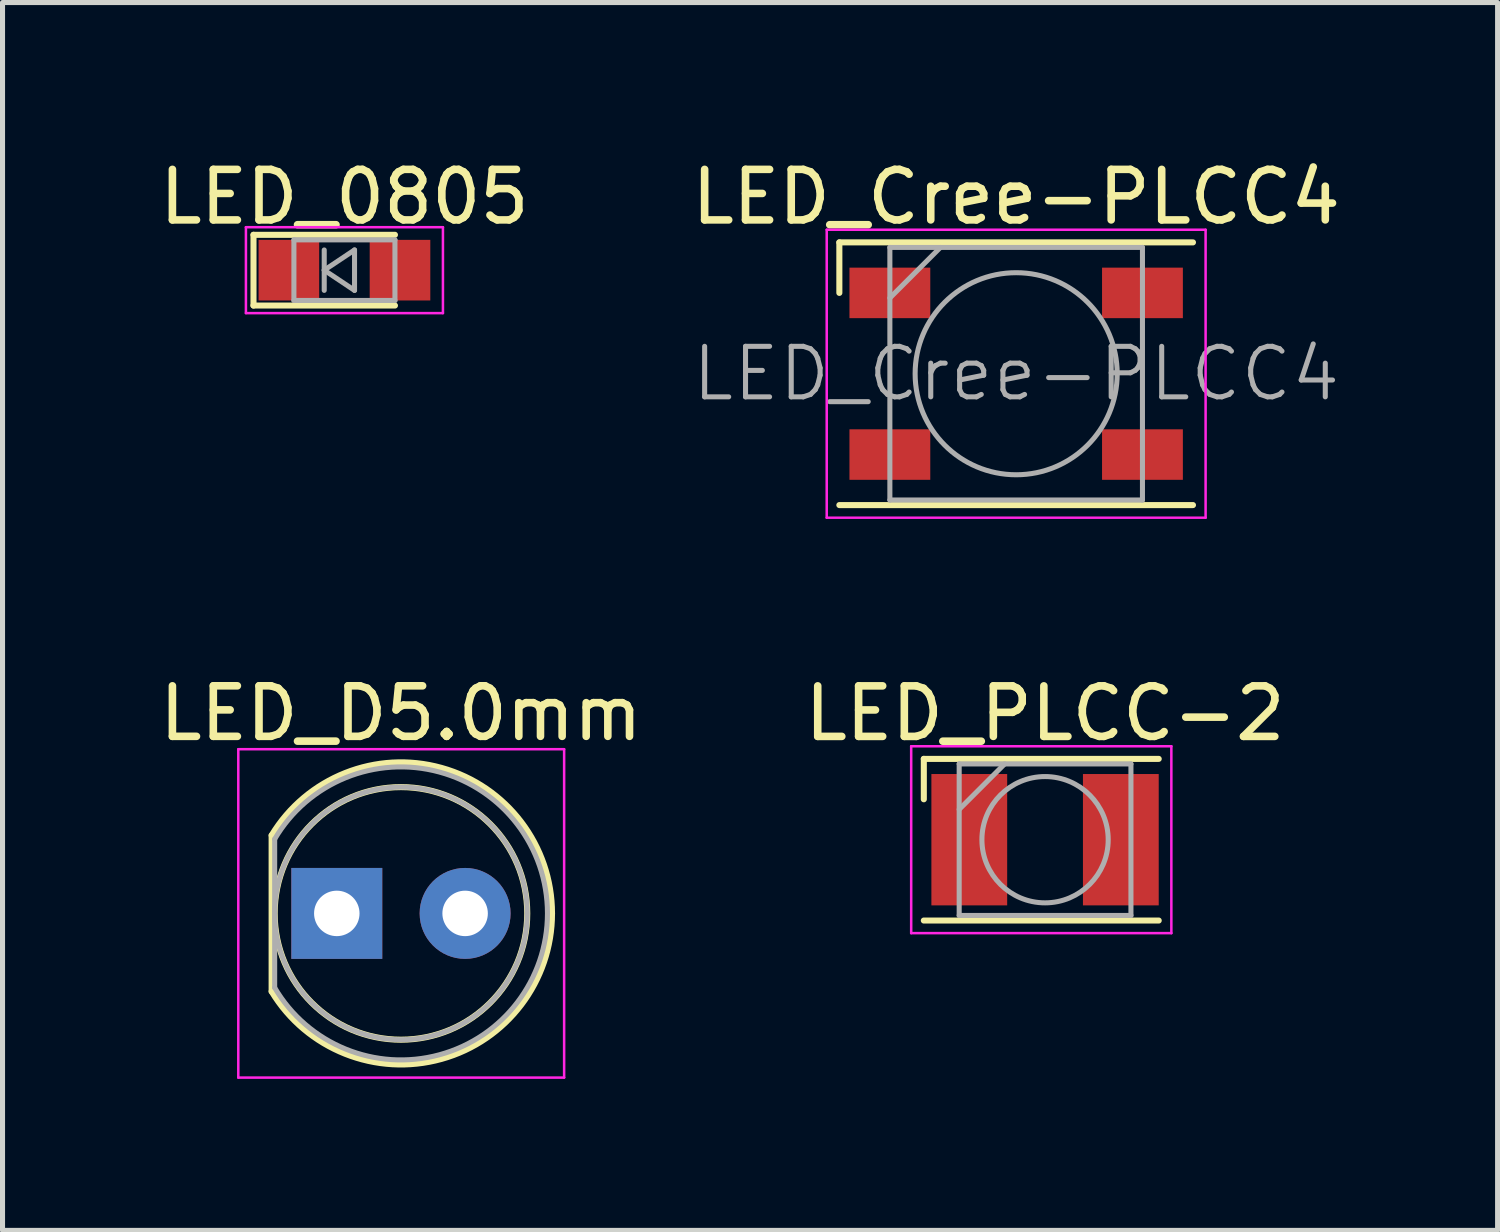
<source format=kicad_pcb>
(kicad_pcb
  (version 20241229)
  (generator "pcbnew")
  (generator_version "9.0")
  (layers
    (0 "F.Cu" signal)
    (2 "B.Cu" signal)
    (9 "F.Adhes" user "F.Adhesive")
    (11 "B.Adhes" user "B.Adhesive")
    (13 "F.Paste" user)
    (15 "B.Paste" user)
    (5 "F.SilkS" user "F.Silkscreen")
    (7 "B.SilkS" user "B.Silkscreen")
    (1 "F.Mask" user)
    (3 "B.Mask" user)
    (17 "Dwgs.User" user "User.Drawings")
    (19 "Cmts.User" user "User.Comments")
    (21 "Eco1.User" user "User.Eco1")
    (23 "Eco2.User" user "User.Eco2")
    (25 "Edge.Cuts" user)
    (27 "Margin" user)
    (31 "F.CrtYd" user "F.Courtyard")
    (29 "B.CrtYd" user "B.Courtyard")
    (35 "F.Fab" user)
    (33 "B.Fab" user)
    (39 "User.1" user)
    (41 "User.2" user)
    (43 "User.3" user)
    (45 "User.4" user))
  (footprint "LED_Cree-PLCC4"
    (layer "F.Cu")
    (at 17.065 4.348)
    (property "Reference" "LED_Cree-PLCC4" (at 0 -3.5 0) (layer "F.SilkS") (effects (font (size 1 1) (thickness 0.15))))
    (attr smd)
    (fp_line (start -3.5 -2.6) (end 3.5 -2.6) (stroke (width 0.12) (type solid)) (layer "F.SilkS"))
    (fp_line (start -3.5 -1.6) (end -3.5 -2.6) (stroke (width 0.12) (type solid)) (layer "F.SilkS"))
    (fp_line (start -3.5 2.6) (end 3.5 2.6) (stroke (width 0.12) (type solid)) (layer "F.SilkS"))
    (fp_line (start -3.75 -2.85) (end -3.75 2.85) (stroke (width 0.05) (type solid)) (layer "F.CrtYd"))
    (fp_line (start -3.75 2.85) (end 3.75 2.85) (stroke (width 0.05) (type solid)) (layer "F.CrtYd"))
    (fp_line (start 3.75 -2.85) (end -3.75 -2.85) (stroke (width 0.05) (type solid)) (layer "F.CrtYd"))
    (fp_line (start 3.75 2.85) (end 3.75 -2.85) (stroke (width 0.05) (type solid)) (layer "F.CrtYd"))
    (fp_line (start -2.5 -2.5) (end -2.5 2.5) (stroke (width 0.1) (type solid)) (layer "F.Fab"))
    (fp_line (start -2.5 2.5) (end 2.5 2.5) (stroke (width 0.1) (type solid)) (layer "F.Fab"))
    (fp_line (start -1.5 -2.5) (end -2.5 -1.5) (stroke (width 0.1) (type solid)) (layer "F.Fab"))
    (fp_line (start 2.5 -2.5) (end -2.5 -2.5) (stroke (width 0.1) (type solid)) (layer "F.Fab"))
    (fp_line (start 2.5 2.5) (end 2.5 -2.5) (stroke (width 0.1) (type solid)) (layer "F.Fab"))
    (fp_circle (center 0 0) (end 0 -2) (stroke (width 0.1) (type solid)) (fill no) (layer "F.Fab"))
    (fp_text user "${REFERENCE}" (at 0 0 0) (layer "F.Fab") (effects (font (size 1 1) (thickness 0.1))))
    (pad "1" smd rect (at -2.5 -1.6) (size 1.6 1) (layers "F.Cu" "F.Mask" "F.Paste"))
    (pad "2" smd rect (at 2.5 -1.6) (size 1.6 1) (layers "F.Cu" "F.Mask" "F.Paste"))
    (pad "3" smd rect (at 2.5 1.6) (size 1.6 1) (layers "F.Cu" "F.Mask" "F.Paste"))
    (pad "4" smd rect (at -2.5 1.6) (size 1.6 1) (layers "F.Cu" "F.Mask" "F.Paste")))
  (footprint "LED_PLCC-2"
    (layer "F.Cu")
    (at 17.637 13.572)
    (property "Reference" "LED_PLCC-2" (at 0 -2.5 0) (layer "F.SilkS") (effects (font (size 1 1) (thickness 0.15))))
    (attr smd)
    (fp_line (start -2.4 -1.6) (end -2.4 -0.8) (stroke (width 0.12) (type solid)) (layer "F.SilkS"))
    (fp_line (start 2.25 -1.6) (end -2.4 -1.6) (stroke (width 0.12) (type solid)) (layer "F.SilkS"))
    (fp_line (start 2.25 1.6) (end -2.4 1.6) (stroke (width 0.12) (type solid)) (layer "F.SilkS"))
    (fp_line (start -2.65 -1.85) (end 2.5 -1.85) (stroke (width 0.05) (type solid)) (layer "F.CrtYd"))
    (fp_line (start -2.65 1.85) (end -2.65 -1.85) (stroke (width 0.05) (type solid)) (layer "F.CrtYd"))
    (fp_line (start 2.5 -1.85) (end 2.5 1.85) (stroke (width 0.05) (type solid)) (layer "F.CrtYd"))
    (fp_line (start 2.5 1.85) (end -2.65 1.85) (stroke (width 0.05) (type solid)) (layer "F.CrtYd"))
    (fp_line (start -1.7 -1.5) (end -1.7 1.5) (stroke (width 0.1) (type solid)) (layer "F.Fab"))
    (fp_line (start -1.7 -0.6) (end -0.8 -1.5) (stroke (width 0.1) (type solid)) (layer "F.Fab"))
    (fp_line (start -1.7 1.5) (end 1.7 1.5) (stroke (width 0.1) (type solid)) (layer "F.Fab"))
    (fp_line (start 1.7 -1.5) (end -1.7 -1.5) (stroke (width 0.1) (type solid)) (layer "F.Fab"))
    (fp_line (start 1.7 1.5) (end 1.7 -1.5) (stroke (width 0.1) (type solid)) (layer "F.Fab"))
    (fp_circle (center 0 0) (end 0 -1.25) (stroke (width 0.1) (type solid)) (fill no) (layer "F.Fab"))
    (pad "1" smd rect (at -1.5 0) (size 1.5 2.6) (layers "F.Cu" "F.Mask" "F.Paste"))
    (pad "2" smd rect (at 1.5 0) (size 1.5 2.6) (layers "F.Cu" "F.Mask" "F.Paste")))
  (footprint "LED_0805"
    (layer "F.Cu")
    (at 3.768 2.298)
    (property "Reference" "LED_0805" (at 0 -1.45 0) (layer "F.SilkS") (effects (font (size 1 1) (thickness 0.15))))
    (attr smd)
    (fp_line (start -1.8 -0.7) (end -1.8 0.7) (stroke (width 0.12) (type solid)) (layer "F.SilkS"))
    (fp_line (start -1.8 -0.7) (end 1 -0.7) (stroke (width 0.12) (type solid)) (layer "F.SilkS"))
    (fp_line (start -1.8 0.7) (end 1 0.7) (stroke (width 0.12) (type solid)) (layer "F.SilkS"))
    (fp_line (start -1.95 -0.85) (end 1.95 -0.85) (stroke (width 0.05) (type solid)) (layer "F.CrtYd"))
    (fp_line (start -1.95 0.85) (end -1.95 -0.85) (stroke (width 0.05) (type solid)) (layer "F.CrtYd"))
    (fp_line (start 1.95 -0.85) (end 1.95 0.85) (stroke (width 0.05) (type solid)) (layer "F.CrtYd"))
    (fp_line (start 1.95 0.85) (end -1.95 0.85) (stroke (width 0.05) (type solid)) (layer "F.CrtYd"))
    (fp_line (start -1 -0.6) (end 1 -0.6) (stroke (width 0.1) (type solid)) (layer "F.Fab"))
    (fp_line (start -1 0.6) (end -1 -0.6) (stroke (width 0.1) (type solid)) (layer "F.Fab"))
    (fp_line (start -0.4 -0.4) (end -0.4 0.4) (stroke (width 0.1) (type solid)) (layer "F.Fab"))
    (fp_line (start -0.4 0) (end 0.2 -0.4) (stroke (width 0.1) (type solid)) (layer "F.Fab"))
    (fp_line (start 0.2 -0.4) (end 0.2 0.4) (stroke (width 0.1) (type solid)) (layer "F.Fab"))
    (fp_line (start 0.2 0.4) (end -0.4 0) (stroke (width 0.1) (type solid)) (layer "F.Fab"))
    (fp_line (start 1 -0.6) (end 1 0.6) (stroke (width 0.1) (type solid)) (layer "F.Fab"))
    (fp_line (start 1 0.6) (end -1 0.6) (stroke (width 0.1) (type solid)) (layer "F.Fab"))
    (pad "1" smd rect (at -1.1 0 180) (size 1.2 1.2) (layers "F.Cu" "F.Mask" "F.Paste"))
    (pad "2" smd rect (at 1.1 0 180) (size 1.2 1.2) (layers "F.Cu" "F.Mask" "F.Paste")))
  (footprint "LED_D5.0mm"
    (layer "F.Cu")
    (at 3.617 15.031)
    (property "Reference" "LED_D5.0mm" (at 1.27 -3.96 0) (layer "F.SilkS") (effects (font (size 1 1) (thickness 0.15))))
    (attr through_hole)
    (fp_line (start -1.29 -1.545) (end -1.29 1.545) (stroke (width 0.12) (type solid)) (layer "F.SilkS"))
    (fp_arc (start -1.29 -1.54483) (mid 2.072002 -2.880433) (end 4.26 0.000462) (stroke (width 0.12) (type solid)) (layer "F.SilkS"))
    (fp_arc (start 4.26 -0.000462) (mid 2.072002 2.880433) (end -1.29 1.54483) (stroke (width 0.12) (type solid)) (layer "F.SilkS"))
    (fp_circle (center 1.27 0) (end 3.77 0) (stroke (width 0.12) (type solid)) (fill no) (layer "F.SilkS"))
    (fp_line (start -1.95 -3.25) (end -1.95 3.25) (stroke (width 0.05) (type solid)) (layer "F.CrtYd"))
    (fp_line (start -1.95 3.25) (end 4.5 3.25) (stroke (width 0.05) (type solid)) (layer "F.CrtYd"))
    (fp_line (start 4.5 -3.25) (end -1.95 -3.25) (stroke (width 0.05) (type solid)) (layer "F.CrtYd"))
    (fp_line (start 4.5 3.25) (end 4.5 -3.25) (stroke (width 0.05) (type solid)) (layer "F.CrtYd"))
    (fp_line (start -1.23 -1.47) (end -1.23 1.47) (stroke (width 0.1) (type solid)) (layer "F.Fab"))
    (fp_arc (start -1.23 -1.469694) (mid 4.17 0.000016) (end -1.230016 1.469666) (stroke (width 0.1) (type solid)) (layer "F.Fab"))
    (fp_circle (center 1.27 0) (end 3.77 0) (stroke (width 0.1) (type solid)) (fill no) (layer "F.Fab"))
    (pad "1" thru_hole rect (at 0 0) (size 1.8 1.8) (drill 0.9) (layers "*.Cu" "*.Mask"))
    (pad "2" thru_hole circle (at 2.54 0) (size 1.8 1.8) (drill 0.9) (layers "*.Cu" "*.Mask")))
  (gr_rect
    (start -3 -3)
    (end 26.595 21.306)
    (stroke (width 0.1) (type default))
    (fill no)
    (layer "Edge.Cuts")))
</source>
